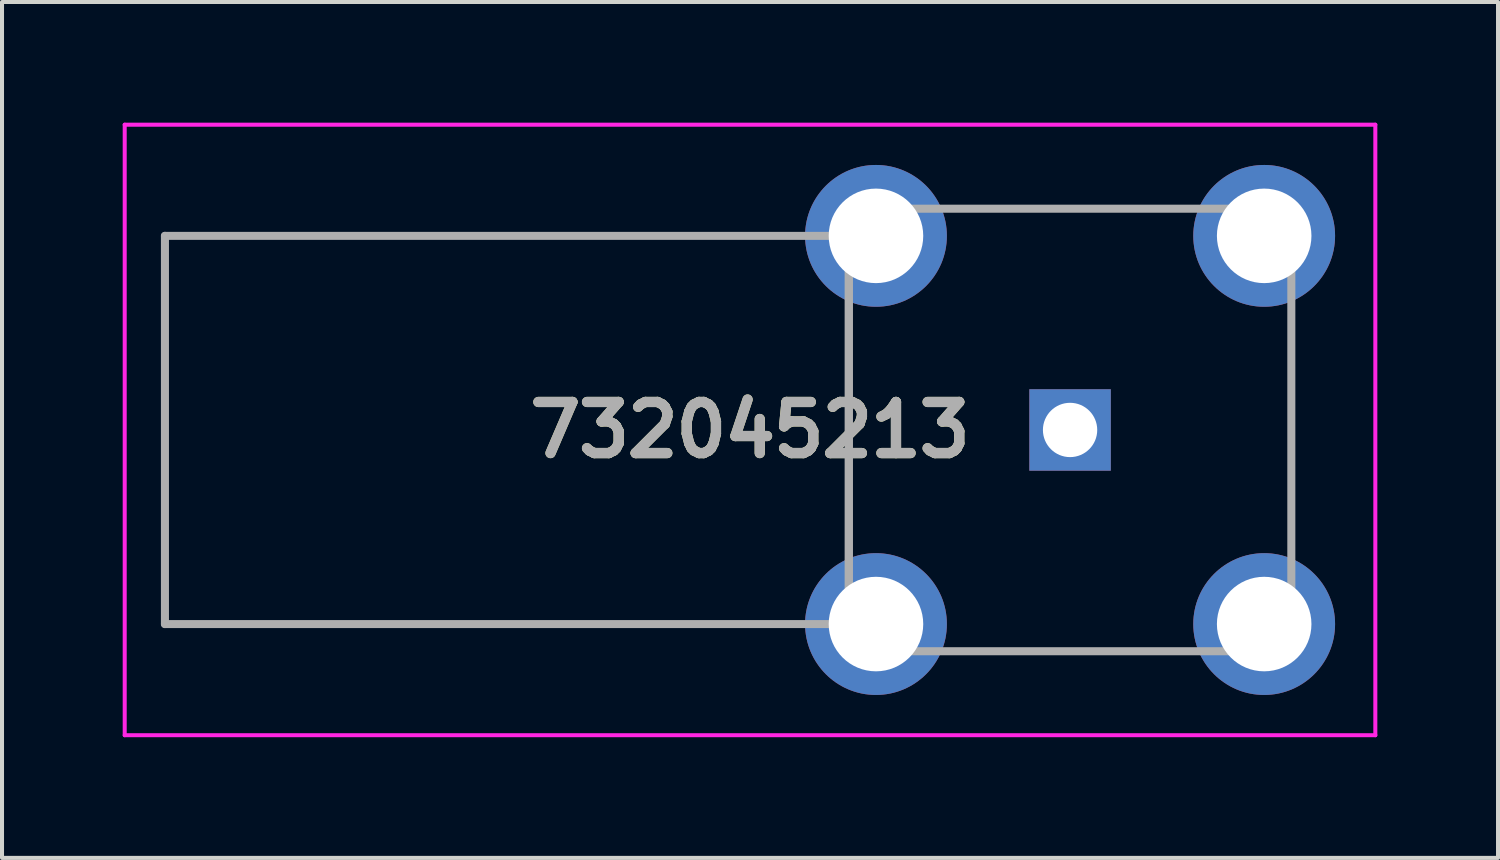
<source format=kicad_pcb>
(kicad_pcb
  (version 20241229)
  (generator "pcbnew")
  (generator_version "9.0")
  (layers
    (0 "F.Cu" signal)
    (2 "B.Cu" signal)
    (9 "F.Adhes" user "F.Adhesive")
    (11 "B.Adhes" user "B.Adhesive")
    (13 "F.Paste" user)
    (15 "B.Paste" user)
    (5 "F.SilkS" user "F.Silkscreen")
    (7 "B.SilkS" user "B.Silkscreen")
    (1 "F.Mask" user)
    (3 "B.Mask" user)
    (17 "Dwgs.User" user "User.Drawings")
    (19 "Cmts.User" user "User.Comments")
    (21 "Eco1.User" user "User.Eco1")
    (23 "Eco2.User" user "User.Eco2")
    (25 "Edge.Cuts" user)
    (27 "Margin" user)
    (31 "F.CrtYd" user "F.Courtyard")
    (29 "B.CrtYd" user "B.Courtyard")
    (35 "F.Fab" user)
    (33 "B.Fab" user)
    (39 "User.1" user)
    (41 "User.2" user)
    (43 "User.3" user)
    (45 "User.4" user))
  (footprint "732045213"
    (layer "F.Cu")
    (at 23.55 7.638)
    (property "Reference" "732045213" (at -7.956 0 0) (layer "F.SilkS") (effects (font (size 1.27 1.27) (thickness 0.254))))
    (attr through_hole)
    (fp_line (start -22.5 -4.825) (end -22.5 -4.825) (stroke (width 0.1) (type solid)) (layer "F.SilkS"))
    (fp_line (start -22.5 -4.825) (end -22.5 -4.825) (stroke (width 0.1) (type solid)) (layer "F.SilkS"))
    (fp_line (start -22.5 -4.825) (end -22.5 4.825) (stroke (width 0.1) (type solid)) (layer "F.SilkS"))
    (fp_line (start -22.5 -4.825) (end -7.25 -4.825) (stroke (width 0.1) (type solid)) (layer "F.SilkS"))
    (fp_line (start -22.5 4.825) (end -22.5 -4.825) (stroke (width 0.1) (type solid)) (layer "F.SilkS"))
    (fp_line (start -22.5 4.825) (end -22.5 4.825) (stroke (width 0.1) (type solid)) (layer "F.SilkS"))
    (fp_line (start -22.5 4.825) (end -22.5 4.825) (stroke (width 0.1) (type solid)) (layer "F.SilkS"))
    (fp_line (start -22.5 4.825) (end -7.5 4.825) (stroke (width 0.1) (type solid)) (layer "F.SilkS"))
    (fp_line (start -7.5 4.825) (end -22.5 4.825) (stroke (width 0.1) (type solid)) (layer "F.SilkS"))
    (fp_line (start -7.5 4.825) (end -7.5 4.825) (stroke (width 0.1) (type solid)) (layer "F.SilkS"))
    (fp_line (start -7.25 -4.825) (end -22.5 -4.825) (stroke (width 0.1) (type solid)) (layer "F.SilkS"))
    (fp_line (start -7.25 -4.825) (end -7.25 -4.825) (stroke (width 0.1) (type solid)) (layer "F.SilkS"))
    (fp_line (start -5.5 -2.5) (end -5.5 -2.5) (stroke (width 0.1) (type solid)) (layer "F.SilkS"))
    (fp_line (start -5.5 -2.5) (end -5.5 2.5) (stroke (width 0.1) (type solid)) (layer "F.SilkS"))
    (fp_line (start -5.5 2.5) (end -5.5 -2.5) (stroke (width 0.1) (type solid)) (layer "F.SilkS"))
    (fp_line (start -5.5 2.5) (end -5.5 2.5) (stroke (width 0.1) (type solid)) (layer "F.SilkS"))
    (fp_line (start -2.5 -5.5) (end -2.5 -5.5) (stroke (width 0.1) (type solid)) (layer "F.SilkS"))
    (fp_line (start -2.5 -5.5) (end 2.25 -5.5) (stroke (width 0.1) (type solid)) (layer "F.SilkS"))
    (fp_line (start -2.5 5.5) (end -2.5 5.5) (stroke (width 0.1) (type solid)) (layer "F.SilkS"))
    (fp_line (start -2.5 5.5) (end 2.25 5.5) (stroke (width 0.1) (type solid)) (layer "F.SilkS"))
    (fp_line (start 2.25 -5.5) (end -2.5 -5.5) (stroke (width 0.1) (type solid)) (layer "F.SilkS"))
    (fp_line (start 2.25 -5.5) (end 2.25 -5.5) (stroke (width 0.1) (type solid)) (layer "F.SilkS"))
    (fp_line (start 2.25 5.5) (end -2.5 5.5) (stroke (width 0.1) (type solid)) (layer "F.SilkS"))
    (fp_line (start 2.25 5.5) (end 2.25 5.5) (stroke (width 0.1) (type solid)) (layer "F.SilkS"))
    (fp_line (start 5.5 -2.25) (end 5.5 -2.25) (stroke (width 0.1) (type solid)) (layer "F.SilkS"))
    (fp_line (start 5.5 -2.25) (end 5.5 2.5) (stroke (width 0.1) (type solid)) (layer "F.SilkS"))
    (fp_line (start 5.5 2.5) (end 5.5 -2.25) (stroke (width 0.1) (type solid)) (layer "F.SilkS"))
    (fp_line (start 5.5 2.5) (end 5.5 2.5) (stroke (width 0.1) (type solid)) (layer "F.SilkS"))
    (fp_line (start -23.5 -7.588) (end 7.588 -7.588) (stroke (width 0.1) (type solid)) (layer "F.CrtYd"))
    (fp_line (start -23.5 7.588) (end -23.5 -7.588) (stroke (width 0.1) (type solid)) (layer "F.CrtYd"))
    (fp_line (start 7.588 -7.588) (end 7.588 7.588) (stroke (width 0.1) (type solid)) (layer "F.CrtYd"))
    (fp_line (start 7.588 7.588) (end -23.5 7.588) (stroke (width 0.1) (type solid)) (layer "F.CrtYd"))
    (fp_line (start -22.5 -4.825) (end -22.5 4.825) (stroke (width 0.2) (type solid)) (layer "F.Fab"))
    (fp_line (start -22.5 4.825) (end -5.5 4.825) (stroke (width 0.2) (type solid)) (layer "F.Fab"))
    (fp_line (start -5.5 -5.5) (end -5.5 5.5) (stroke (width 0.2) (type solid)) (layer "F.Fab"))
    (fp_line (start -5.5 -4.825) (end -22.5 -4.825) (stroke (width 0.2) (type solid)) (layer "F.Fab"))
    (fp_line (start -5.5 4.825) (end -5.5 -4.825) (stroke (width 0.2) (type solid)) (layer "F.Fab"))
    (fp_line (start -5.5 5.5) (end 5.5 5.5) (stroke (width 0.2) (type solid)) (layer "F.Fab"))
    (fp_line (start 5.5 -5.5) (end -5.5 -5.5) (stroke (width 0.2) (type solid)) (layer "F.Fab"))
    (fp_line (start 5.5 5.5) (end 5.5 -5.5) (stroke (width 0.2) (type solid)) (layer "F.Fab"))
    (fp_text user "${REFERENCE}" (at -7.956 0 0) (layer "F.Fab") (effects (font (size 1.27 1.27) (thickness 0.254))))
    (pad "1" thru_hole rect (at 0 0) (size 2.025 2.025) (drill 1.35) (layers "*.Cu" "*.Mask"))
    (pad "2" thru_hole circle (at 4.825 4.825) (size 3.525 3.525) (drill 2.35) (layers "*.Cu" "*.Mask"))
    (pad "3" thru_hole circle (at 4.825 -4.825) (size 3.525 3.525) (drill 2.35) (layers "*.Cu" "*.Mask"))
    (pad "4" thru_hole circle (at -4.825 -4.825) (size 3.525 3.525) (drill 2.35) (layers "*.Cu" "*.Mask"))
    (pad "5" thru_hole circle (at -4.825 4.825) (size 3.525 3.525) (drill 2.35) (layers "*.Cu" "*.Mask")))
  (gr_rect
    (start -3 -3)
    (end 34.188 18.276)
    (stroke (width 0.1) (type default))
    (fill no)
    (layer "Edge.Cuts")))
</source>
